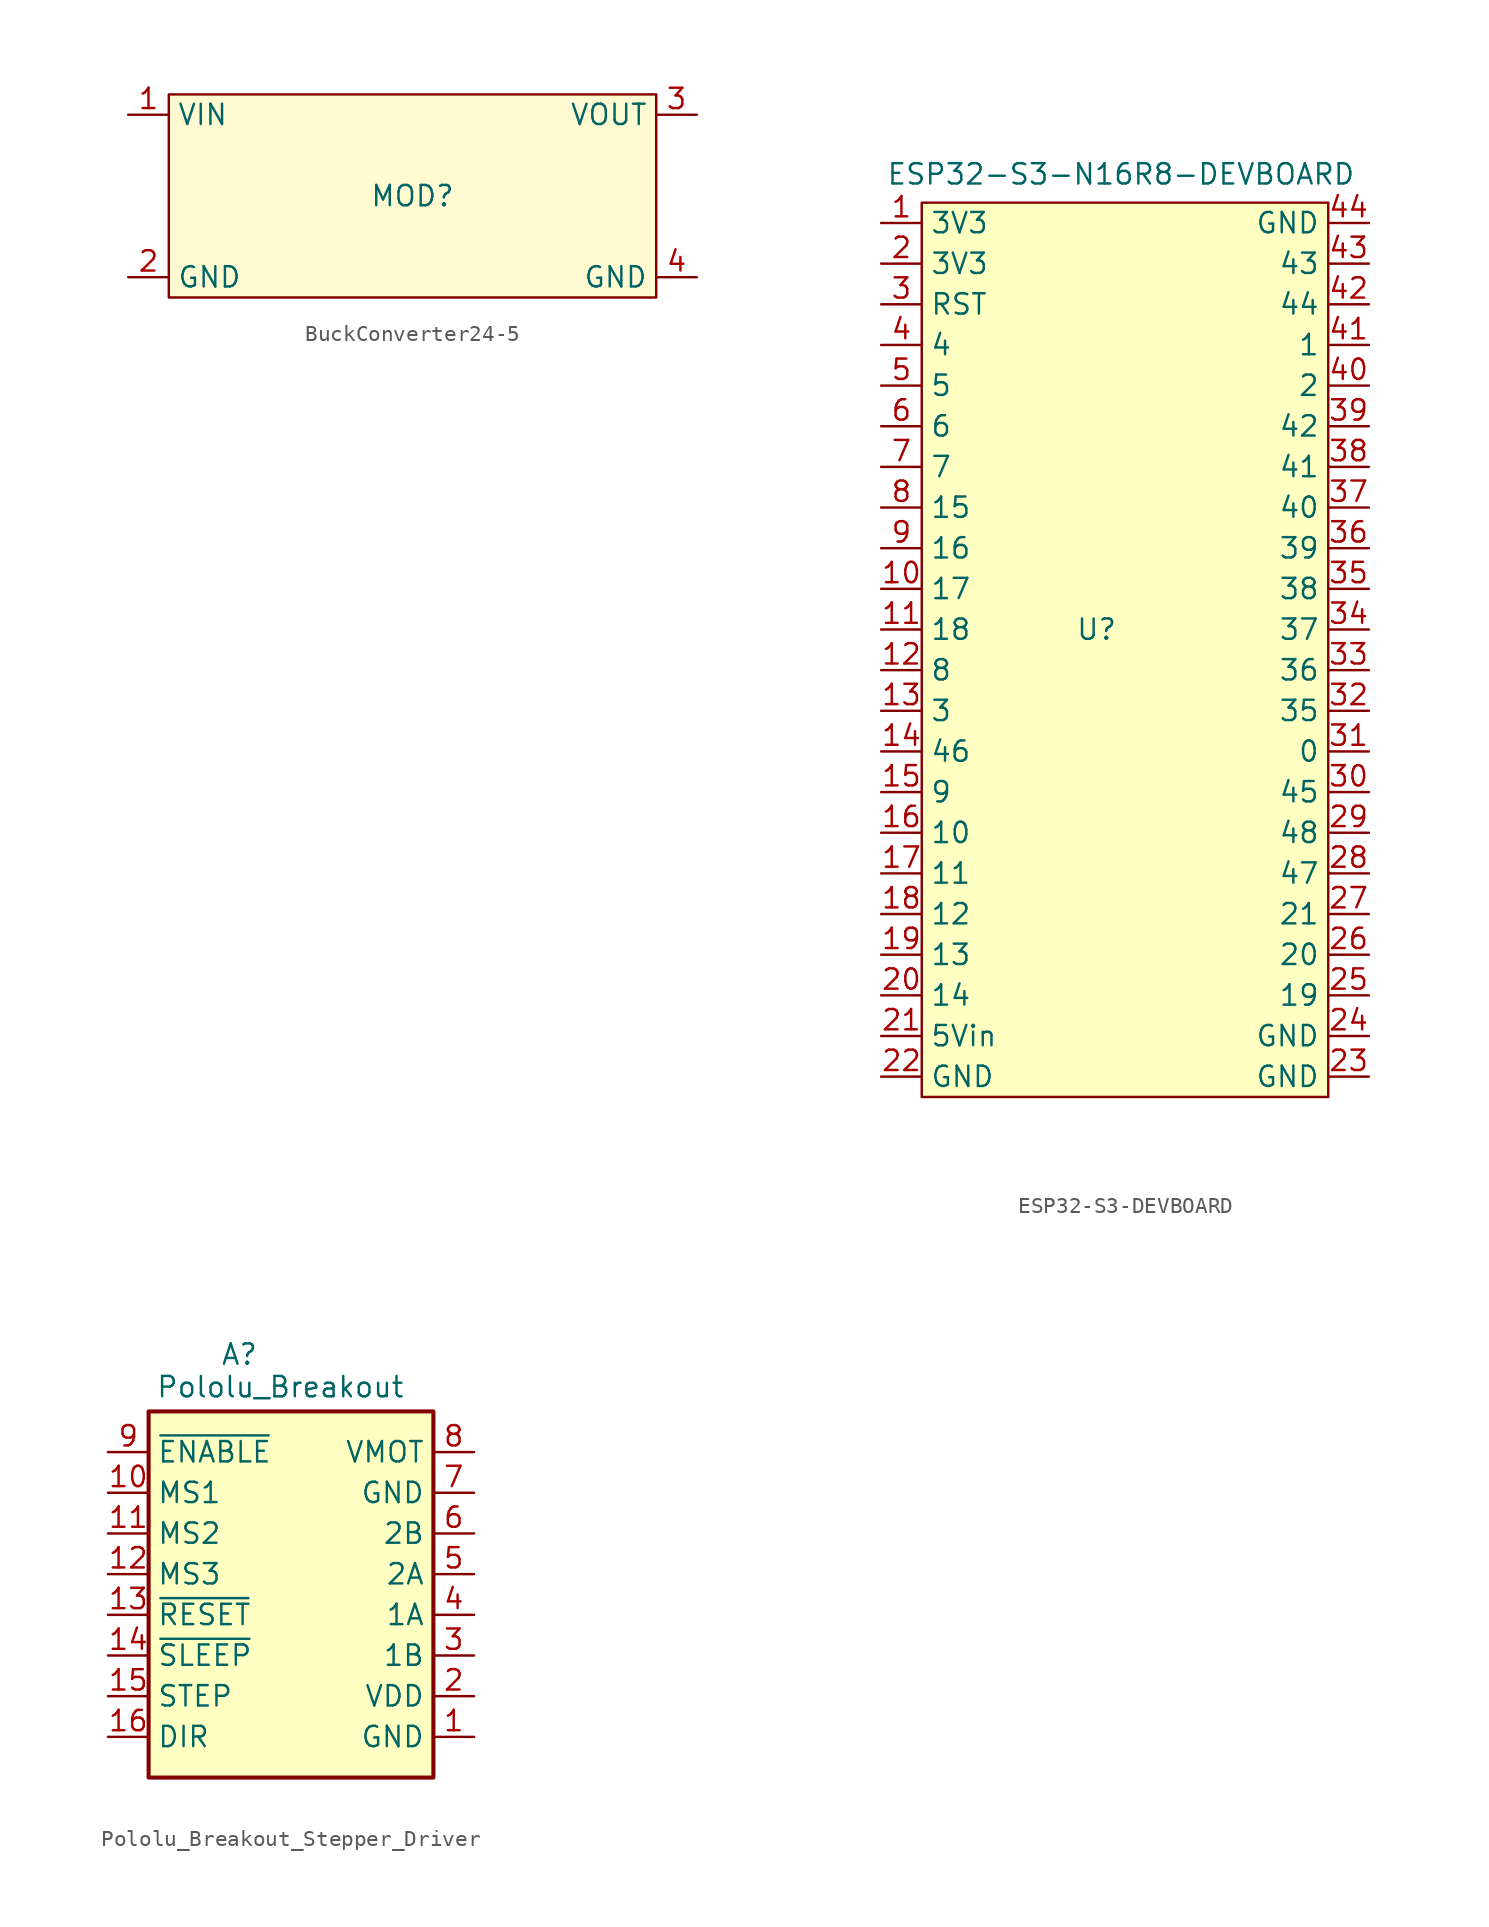
<source format=kicad_sym>
(kicad_symbol_lib
  (version 20231120)
  (generator "kicad_symbol_editor")
  (generator_version "8.0")
  (symbol "BuckConverter24-5"
    (property "Reference" "MOD"
      (at 0 0 0)
      (effects (font (size 1.27 1.27))))
    (property "Value" ""
      (at 0 0 0)
      (effects (font (size 1.27 1.27))))
    (symbol "BuckConverter24-5_0_1"
      (rectangle (start -15.24 6.35) (end 15.24 -6.35) (stroke (width 0) (type default)) (fill (type color) (color 255 250 210 1))))
    (symbol "BuckConverter24-5_1_1"
      (pin power_in line (at -17.78 5.08 0) (length 2.54) (name "VIN" (effects (font (size 1.27 1.27)))) (number "1" (effects (font (size 1.27 1.27)))))
      (pin power_in line (at -17.78 -5.08 0) (length 2.54) (name "GND" (effects (font (size 1.27 1.27)))) (number "2" (effects (font (size 1.27 1.27)))))
      (pin power_out line (at 17.78 5.08 180) (length 2.54) (name "VOUT" (effects (font (size 1.27 1.27)))) (number "3" (effects (font (size 1.27 1.27)))))
      (pin power_out line (at 17.78 -5.08 180) (length 2.54) (name "GND" (effects (font (size 1.27 1.27)))) (number "4" (effects (font (size 1.27 1.27)))))))
  (symbol "ESP32-S3-DEVBOARD"
    (property "Reference" "U"
      (at 13.462 -25.4 0)
      (effects (font (size 1.27 1.27))))
    (property "Value" "ESP32-S3-N16R8-DEVBOARD"
      (at 14.986 3.048 0)
      (effects (font (size 1.27 1.27))))
    (symbol "ESP32-S3-DEVBOARD_0_0"
      (pin power_in line (at 0 0 0) (length 2.54) (name "3V3" (effects (font (size 1.27 1.27)))) (number "1" (effects (font (size 1.27 1.27)))))
      (pin bidirectional line (at 0 -22.86 0) (length 2.54) (name "17" (effects (font (size 1.27 1.27)))) (number "10" (effects (font (size 1.27 1.27)))))
      (pin bidirectional line (at 0 -25.4 0) (length 2.54) (name "18" (effects (font (size 1.27 1.27)))) (number "11" (effects (font (size 1.27 1.27)))))
      (pin bidirectional line (at 0 -27.94 0) (length 2.54) (name "8" (effects (font (size 1.27 1.27)))) (number "12" (effects (font (size 1.27 1.27)))))
      (pin bidirectional line (at 0 -30.48 0) (length 2.54) (name "3" (effects (font (size 1.27 1.27)))) (number "13" (effects (font (size 1.27 1.27)))))
      (pin bidirectional line (at 0 -33.02 0) (length 2.54) (name "46" (effects (font (size 1.27 1.27)))) (number "14" (effects (font (size 1.27 1.27)))))
      (pin bidirectional line (at 0 -35.56 0) (length 2.54) (name "9" (effects (font (size 1.27 1.27)))) (number "15" (effects (font (size 1.27 1.27)))))
      (pin bidirectional line (at 0 -38.1 0) (length 2.54) (name "10" (effects (font (size 1.27 1.27)))) (number "16" (effects (font (size 1.27 1.27)))))
      (pin bidirectional line (at 0 -40.64 0) (length 2.54) (name "11" (effects (font (size 1.27 1.27)))) (number "17" (effects (font (size 1.27 1.27)))))
      (pin bidirectional line (at 0 -43.18 0) (length 2.54) (name "12" (effects (font (size 1.27 1.27)))) (number "18" (effects (font (size 1.27 1.27)))))
      (pin bidirectional line (at 0 -45.72 0) (length 2.54) (name "13" (effects (font (size 1.27 1.27)))) (number "19" (effects (font (size 1.27 1.27)))))
      (pin power_in line (at 0 -2.54 0) (length 2.54) (name "3V3" (effects (font (size 1.27 1.27)))) (number "2" (effects (font (size 1.27 1.27)))))
      (pin bidirectional line (at 0 -48.26 0) (length 2.54) (name "14" (effects (font (size 1.27 1.27)))) (number "20" (effects (font (size 1.27 1.27)))))
      (pin power_in line (at 0 -50.8 0) (length 2.54) (name "5Vin" (effects (font (size 1.27 1.27)))) (number "21" (effects (font (size 1.27 1.27)))))
      (pin power_in line (at 0 -53.34 0) (length 2.54) (name "GND" (effects (font (size 1.27 1.27)))) (number "22" (effects (font (size 1.27 1.27)))))
      (pin power_in line (at 30.48 -53.34 180) (length 2.54) (name "GND" (effects (font (size 1.27 1.27)))) (number "23" (effects (font (size 1.27 1.27)))))
      (pin power_in line (at 30.48 -50.8 180) (length 2.54) (name "GND" (effects (font (size 1.27 1.27)))) (number "24" (effects (font (size 1.27 1.27)))))
      (pin bidirectional line (at 30.48 -48.26 180) (length 2.54) (name "19" (effects (font (size 1.27 1.27)))) (number "25" (effects (font (size 1.27 1.27)))))
      (pin bidirectional line (at 30.48 -45.72 180) (length 2.54) (name "20" (effects (font (size 1.27 1.27)))) (number "26" (effects (font (size 1.27 1.27)))))
      (pin input line (at 0 -5.08 0) (length 2.54) (name "RST" (effects (font (size 1.27 1.27)))) (number "3" (effects (font (size 1.27 1.27)))))
      (pin bidirectional line (at 0 -7.62 0) (length 2.54) (name "4" (effects (font (size 1.27 1.27)))) (number "4" (effects (font (size 1.27 1.27)))))
      (pin bidirectional line (at 0 -10.16 0) (length 2.54) (name "5" (effects (font (size 1.27 1.27)))) (number "5" (effects (font (size 1.27 1.27)))))
      (pin bidirectional line (at 0 -12.7 0) (length 2.54) (name "6" (effects (font (size 1.27 1.27)))) (number "6" (effects (font (size 1.27 1.27)))))
      (pin bidirectional line (at 0 -15.24 0) (length 2.54) (name "7" (effects (font (size 1.27 1.27)))) (number "7" (effects (font (size 1.27 1.27)))))
      (pin bidirectional line (at 0 -17.78 0) (length 2.54) (name "15" (effects (font (size 1.27 1.27)))) (number "8" (effects (font (size 1.27 1.27)))))
      (pin bidirectional line (at 0 -20.32 0) (length 2.54) (name "16" (effects (font (size 1.27 1.27)))) (number "9" (effects (font (size 1.27 1.27))))))
    (symbol "ESP32-S3-DEVBOARD_0_1"
      (rectangle (start 2.54 1.27) (end 27.94 -54.61) (stroke (width 0) (type default)) (fill (type background))))
    (symbol "ESP32-S3-DEVBOARD_1_0"
      (pin bidirectional line (at 30.48 -43.18 180) (length 2.54) (name "21" (effects (font (size 1.27 1.27)))) (number "27" (effects (font (size 1.27 1.27)))))
      (pin bidirectional line (at 30.48 -40.64 180) (length 2.54) (name "47" (effects (font (size 1.27 1.27)))) (number "28" (effects (font (size 1.27 1.27)))))
      (pin bidirectional line (at 30.48 -38.1 180) (length 2.54) (name "48" (effects (font (size 1.27 1.27)))) (number "29" (effects (font (size 1.27 1.27)))))
      (pin bidirectional line (at 30.48 -35.56 180) (length 2.54) (name "45" (effects (font (size 1.27 1.27)))) (number "30" (effects (font (size 1.27 1.27)))))
      (pin bidirectional line (at 30.48 -33.02 180) (length 2.54) (name "0" (effects (font (size 1.27 1.27)))) (number "31" (effects (font (size 1.27 1.27)))))
      (pin bidirectional line (at 30.48 -30.48 180) (length 2.54) (name "35" (effects (font (size 1.27 1.27)))) (number "32" (effects (font (size 1.27 1.27)))))
      (pin bidirectional line (at 30.48 -27.94 180) (length 2.54) (name "36" (effects (font (size 1.27 1.27)))) (number "33" (effects (font (size 1.27 1.27)))))
      (pin bidirectional line (at 30.48 -25.4 180) (length 2.54) (name "37" (effects (font (size 1.27 1.27)))) (number "34" (effects (font (size 1.27 1.27)))))
      (pin bidirectional line (at 30.48 -22.86 180) (length 2.54) (name "38" (effects (font (size 1.27 1.27)))) (number "35" (effects (font (size 1.27 1.27)))))
      (pin bidirectional line (at 30.48 -20.32 180) (length 2.54) (name "39" (effects (font (size 1.27 1.27)))) (number "36" (effects (font (size 1.27 1.27)))))
      (pin bidirectional line (at 30.48 -17.78 180) (length 2.54) (name "40" (effects (font (size 1.27 1.27)))) (number "37" (effects (font (size 1.27 1.27)))))
      (pin bidirectional line (at 30.48 -15.24 180) (length 2.54) (name "41" (effects (font (size 1.27 1.27)))) (number "38" (effects (font (size 1.27 1.27)))))
      (pin bidirectional line (at 30.48 -12.7 180) (length 2.54) (name "42" (effects (font (size 1.27 1.27)))) (number "39" (effects (font (size 1.27 1.27)))))
      (pin bidirectional line (at 30.48 -10.16 180) (length 2.54) (name "2" (effects (font (size 1.27 1.27)))) (number "40" (effects (font (size 1.27 1.27)))))
      (pin bidirectional line (at 30.48 -7.62 180) (length 2.54) (name "1" (effects (font (size 1.27 1.27)))) (number "41" (effects (font (size 1.27 1.27)))))
      (pin bidirectional line (at 30.48 -5.08 180) (length 2.54) (name "44" (effects (font (size 1.27 1.27)))) (number "42" (effects (font (size 1.27 1.27)))))
      (pin bidirectional line (at 30.48 -2.54 180) (length 2.54) (name "43" (effects (font (size 1.27 1.27)))) (number "43" (effects (font (size 1.27 1.27)))))
      (pin power_in line (at 30.48 0 180) (length 2.54) (name "GND" (effects (font (size 1.27 1.27)))) (number "44" (effects (font (size 1.27 1.27)))))))
  (symbol "Pololu_Breakout_Stepper_Driver"
    (property "Reference" "A"
      (at -0.762 8.636 0)
      (effects (font (size 1.27 1.27)) (justify right)))
    (property "Value" "Pololu_Breakout"
      (at 8.382 6.604 0)
      (effects (font (size 1.27 1.27)) (justify right)))
    (symbol "Pololu_Breakout_Stepper_Driver_0_1"
      (rectangle (start -7.62 5.08) (end 10.16 -17.78) (stroke (width 0.254) (type default)) (fill (type background))))
    (symbol "Pololu_Breakout_Stepper_Driver_1_1"
      (pin power_in line (at 12.7 -15.24 180) (length 2.54) (name "GND" (effects (font (size 1.27 1.27)))) (number "1" (effects (font (size 1.27 1.27)))))
      (pin input line (at -10.16 0 0) (length 2.54) (name "MS1" (effects (font (size 1.27 1.27)))) (number "10" (effects (font (size 1.27 1.27)))))
      (pin input line (at -10.16 -2.54 0) (length 2.54) (name "MS2" (effects (font (size 1.27 1.27)))) (number "11" (effects (font (size 1.27 1.27)))))
      (pin input line (at -10.16 -5.08 0) (length 2.54) (name "MS3" (effects (font (size 1.27 1.27)))) (number "12" (effects (font (size 1.27 1.27)))))
      (pin input line (at -10.16 -7.62 0) (length 2.54) (name "~{RESET}" (effects (font (size 1.27 1.27)))) (number "13" (effects (font (size 1.27 1.27)))))
      (pin input line (at -10.16 -10.16 0) (length 2.54) (name "~{SLEEP}" (effects (font (size 1.27 1.27)))) (number "14" (effects (font (size 1.27 1.27)))))
      (pin input line (at -10.16 -12.7 0) (length 2.54) (name "STEP" (effects (font (size 1.27 1.27)))) (number "15" (effects (font (size 1.27 1.27)))))
      (pin input line (at -10.16 -15.24 0) (length 2.54) (name "DIR" (effects (font (size 1.27 1.27)))) (number "16" (effects (font (size 1.27 1.27)))))
      (pin power_in line (at 12.7 -12.7 180) (length 2.54) (name "VDD" (effects (font (size 1.27 1.27)))) (number "2" (effects (font (size 1.27 1.27)))))
      (pin output line (at 12.7 -10.16 180) (length 2.54) (name "1B" (effects (font (size 1.27 1.27)))) (number "3" (effects (font (size 1.27 1.27)))))
      (pin output line (at 12.7 -7.62 180) (length 2.54) (name "1A" (effects (font (size 1.27 1.27)))) (number "4" (effects (font (size 1.27 1.27)))))
      (pin output line (at 12.7 -5.08 180) (length 2.54) (name "2A" (effects (font (size 1.27 1.27)))) (number "5" (effects (font (size 1.27 1.27)))))
      (pin output line (at 12.7 -2.54 180) (length 2.54) (name "2B" (effects (font (size 1.27 1.27)))) (number "6" (effects (font (size 1.27 1.27)))))
      (pin power_in line (at 12.7 0 180) (length 2.54) (name "GND" (effects (font (size 1.27 1.27)))) (number "7" (effects (font (size 1.27 1.27)))))
      (pin power_in line (at 12.7 2.54 180) (length 2.54) (name "VMOT" (effects (font (size 1.27 1.27)))) (number "8" (effects (font (size 1.27 1.27)))))
      (pin input line (at -10.16 2.54 0) (length 2.54) (name "~{ENABLE}" (effects (font (size 1.27 1.27)))) (number "9" (effects (font (size 1.27 1.27))))))))
</source>
